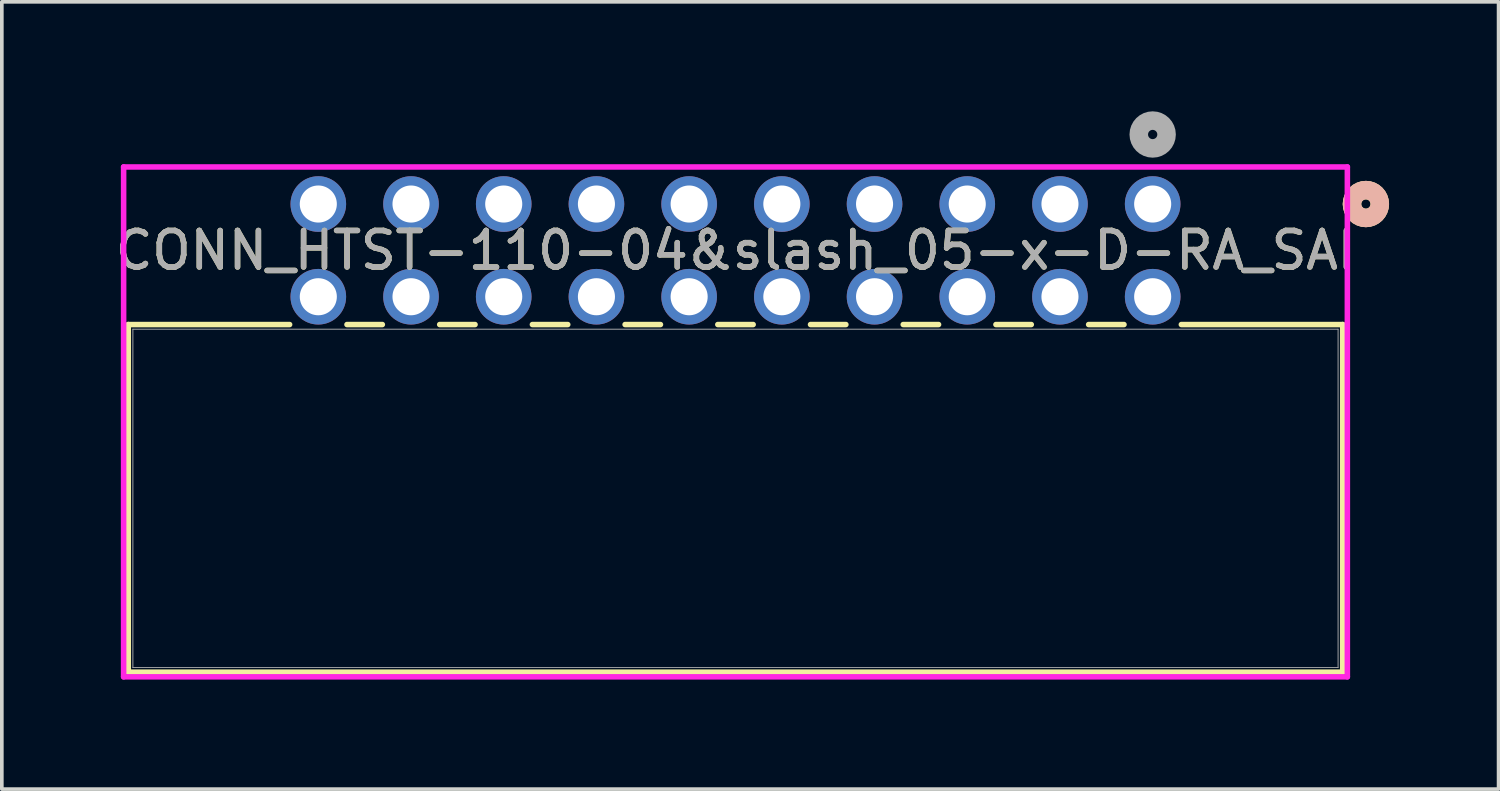
<source format=kicad_pcb>
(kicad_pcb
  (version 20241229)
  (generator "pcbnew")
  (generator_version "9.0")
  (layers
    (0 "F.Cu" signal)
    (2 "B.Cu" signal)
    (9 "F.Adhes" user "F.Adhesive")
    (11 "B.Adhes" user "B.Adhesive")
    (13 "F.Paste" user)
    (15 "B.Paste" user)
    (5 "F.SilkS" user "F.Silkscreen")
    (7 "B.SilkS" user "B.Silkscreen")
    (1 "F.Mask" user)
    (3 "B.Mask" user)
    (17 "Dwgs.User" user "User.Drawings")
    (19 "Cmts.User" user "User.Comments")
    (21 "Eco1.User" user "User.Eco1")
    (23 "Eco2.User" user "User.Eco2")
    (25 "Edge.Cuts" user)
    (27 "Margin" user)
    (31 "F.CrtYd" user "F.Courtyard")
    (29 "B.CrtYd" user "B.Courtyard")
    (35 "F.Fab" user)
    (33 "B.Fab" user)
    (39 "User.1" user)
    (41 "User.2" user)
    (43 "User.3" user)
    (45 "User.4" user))
  (footprint "CONN_HTST-110-04&slash_05-x-D-RA_SAI"
    (layer "F.Cu")
    (at 28.531 2.54)
    (property "Reference" "CONN_HTST-110-04&slash_05-x-D-RA_SAI" (at -11.43 1.27 0) (unlocked yes) (layer "F.SilkS") (effects (font (size 1 1) (thickness 0.15))))
    (attr through_hole)
    (fp_line (start -28.067 3.302) (end -28.067 12.827) (stroke (width 0.152) (type solid)) (layer "F.SilkS"))
    (fp_line (start -28.067 12.827) (end 5.207 12.827) (stroke (width 0.152) (type solid)) (layer "F.SilkS"))
    (fp_line (start -23.646 3.302) (end -28.067 3.302) (stroke (width 0.152) (type solid)) (layer "F.SilkS"))
    (fp_line (start -21.106 3.302) (end -22.074 3.302) (stroke (width 0.152) (type solid)) (layer "F.SilkS"))
    (fp_line (start -18.566 3.302) (end -19.534 3.302) (stroke (width 0.152) (type solid)) (layer "F.SilkS"))
    (fp_line (start -16.026 3.302) (end -16.994 3.302) (stroke (width 0.152) (type solid)) (layer "F.SilkS"))
    (fp_line (start -13.486 3.302) (end -14.454 3.302) (stroke (width 0.152) (type solid)) (layer "F.SilkS"))
    (fp_line (start -10.946 3.302) (end -11.914 3.302) (stroke (width 0.152) (type solid)) (layer "F.SilkS"))
    (fp_line (start -8.406 3.302) (end -9.374 3.302) (stroke (width 0.152) (type solid)) (layer "F.SilkS"))
    (fp_line (start -5.866 3.302) (end -6.834 3.302) (stroke (width 0.152) (type solid)) (layer "F.SilkS"))
    (fp_line (start -3.326 3.302) (end -4.294 3.302) (stroke (width 0.152) (type solid)) (layer "F.SilkS"))
    (fp_line (start -0.786 3.302) (end -1.754 3.302) (stroke (width 0.152) (type solid)) (layer "F.SilkS"))
    (fp_line (start 5.207 3.302) (end 0.786 3.302) (stroke (width 0.152) (type solid)) (layer "F.SilkS"))
    (fp_line (start 5.207 12.827) (end 5.207 3.302) (stroke (width 0.152) (type solid)) (layer "F.SilkS"))
    (fp_circle (center 5.842 0) (end 6.223 0) (stroke (width 0.508) (type solid)) (fill no) (layer "F.SilkS"))
    (fp_circle (center 5.842 0) (end 6.223 0) (stroke (width 0.508) (type solid)) (fill no) (layer "B.SilkS"))
    (fp_line (start -28.194 -1.016) (end -28.194 12.954) (stroke (width 0.152) (type solid)) (layer "F.CrtYd"))
    (fp_line (start -28.194 12.954) (end 5.334 12.954) (stroke (width 0.152) (type solid)) (layer "F.CrtYd"))
    (fp_line (start 5.334 -1.016) (end -28.194 -1.016) (stroke (width 0.152) (type solid)) (layer "F.CrtYd"))
    (fp_line (start 5.334 12.954) (end 5.334 -1.016) (stroke (width 0.152) (type solid)) (layer "F.CrtYd"))
    (fp_line (start -27.94 3.429) (end -27.94 12.7) (stroke (width 0.025) (type solid)) (layer "F.Fab"))
    (fp_line (start -27.94 12.7) (end 5.08 12.7) (stroke (width 0.025) (type solid)) (layer "F.Fab"))
    (fp_line (start 5.08 3.429) (end -27.94 3.429) (stroke (width 0.025) (type solid)) (layer "F.Fab"))
    (fp_line (start 5.08 12.7) (end 5.08 3.429) (stroke (width 0.025) (type solid)) (layer "F.Fab"))
    (fp_circle (center 0 -1.905) (end 0.381 -1.905) (stroke (width 0.508) (type solid)) (fill no) (layer "F.Fab"))
    (fp_text user "${REFERENCE}" (at -11.43 1.27 0) (unlocked yes) (layer "F.Fab") (effects (font (size 1 1) (thickness 0.15))))
    (pad "1" thru_hole circle (at 0 0) (size 1.524 1.524) (drill 1.016) (layers "*.Cu" "*.Mask"))
    (pad "2" thru_hole circle (at 0 2.54) (size 1.524 1.524) (drill 1.016) (layers "*.Cu" "*.Mask"))
    (pad "3" thru_hole circle (at -2.54 0) (size 1.524 1.524) (drill 1.016) (layers "*.Cu" "*.Mask"))
    (pad "4" thru_hole circle (at -2.54 2.54) (size 1.524 1.524) (drill 1.016) (layers "*.Cu" "*.Mask"))
    (pad "5" thru_hole circle (at -5.08 0) (size 1.524 1.524) (drill 1.016) (layers "*.Cu" "*.Mask"))
    (pad "6" thru_hole circle (at -5.08 2.54) (size 1.524 1.524) (drill 1.016) (layers "*.Cu" "*.Mask"))
    (pad "7" thru_hole circle (at -7.62 0) (size 1.524 1.524) (drill 1.016) (layers "*.Cu" "*.Mask"))
    (pad "8" thru_hole circle (at -7.62 2.54) (size 1.524 1.524) (drill 1.016) (layers "*.Cu" "*.Mask"))
    (pad "9" thru_hole circle (at -10.16 0) (size 1.524 1.524) (drill 1.016) (layers "*.Cu" "*.Mask"))
    (pad "10" thru_hole circle (at -10.16 2.54) (size 1.524 1.524) (drill 1.016) (layers "*.Cu" "*.Mask"))
    (pad "11" thru_hole circle (at -12.7 0) (size 1.524 1.524) (drill 1.016) (layers "*.Cu" "*.Mask"))
    (pad "12" thru_hole circle (at -12.7 2.54) (size 1.524 1.524) (drill 1.016) (layers "*.Cu" "*.Mask"))
    (pad "13" thru_hole circle (at -15.24 0) (size 1.524 1.524) (drill 1.016) (layers "*.Cu" "*.Mask"))
    (pad "14" thru_hole circle (at -15.24 2.54) (size 1.524 1.524) (drill 1.016) (layers "*.Cu" "*.Mask"))
    (pad "15" thru_hole circle (at -17.78 0) (size 1.524 1.524) (drill 1.016) (layers "*.Cu" "*.Mask"))
    (pad "16" thru_hole circle (at -17.78 2.54) (size 1.524 1.524) (drill 1.016) (layers "*.Cu" "*.Mask"))
    (pad "17" thru_hole circle (at -20.32 0) (size 1.524 1.524) (drill 1.016) (layers "*.Cu" "*.Mask"))
    (pad "18" thru_hole circle (at -20.32 2.54) (size 1.524 1.524) (drill 1.016) (layers "*.Cu" "*.Mask"))
    (pad "19" thru_hole circle (at -22.86 0) (size 1.524 1.524) (drill 1.016) (layers "*.Cu" "*.Mask"))
    (pad "20" thru_hole circle (at -22.86 2.54) (size 1.524 1.524) (drill 1.016) (layers "*.Cu" "*.Mask")))
  (gr_rect
    (start -3 -3)
    (end 38.008 18.57)
    (stroke (width 0.1) (type default))
    (fill no)
    (layer "Edge.Cuts")))
</source>
